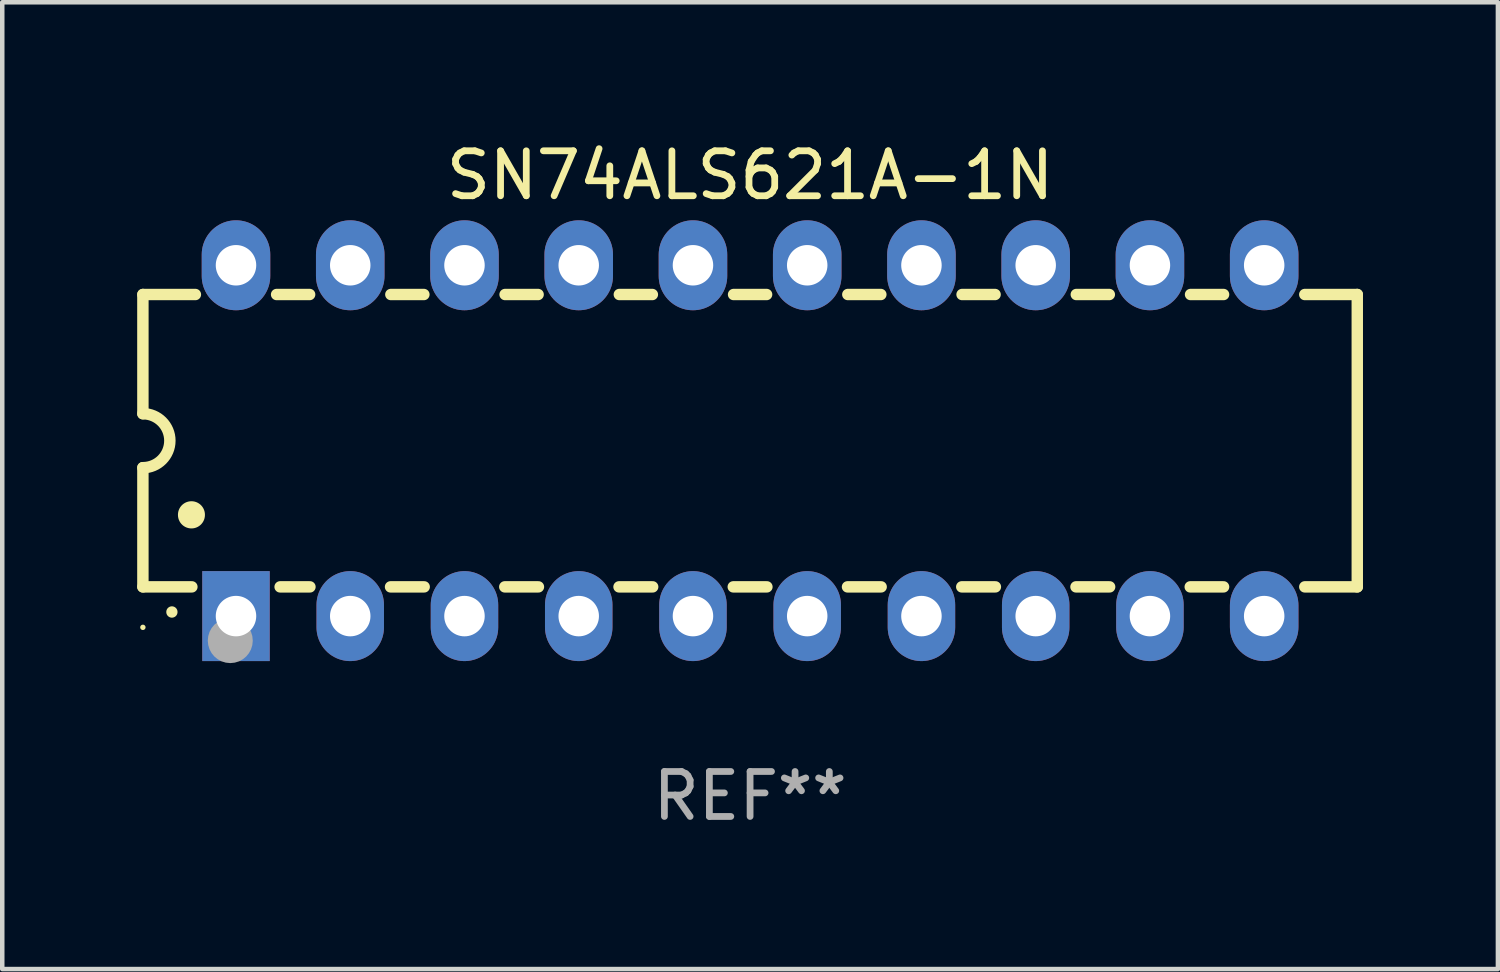
<source format=kicad_pcb>
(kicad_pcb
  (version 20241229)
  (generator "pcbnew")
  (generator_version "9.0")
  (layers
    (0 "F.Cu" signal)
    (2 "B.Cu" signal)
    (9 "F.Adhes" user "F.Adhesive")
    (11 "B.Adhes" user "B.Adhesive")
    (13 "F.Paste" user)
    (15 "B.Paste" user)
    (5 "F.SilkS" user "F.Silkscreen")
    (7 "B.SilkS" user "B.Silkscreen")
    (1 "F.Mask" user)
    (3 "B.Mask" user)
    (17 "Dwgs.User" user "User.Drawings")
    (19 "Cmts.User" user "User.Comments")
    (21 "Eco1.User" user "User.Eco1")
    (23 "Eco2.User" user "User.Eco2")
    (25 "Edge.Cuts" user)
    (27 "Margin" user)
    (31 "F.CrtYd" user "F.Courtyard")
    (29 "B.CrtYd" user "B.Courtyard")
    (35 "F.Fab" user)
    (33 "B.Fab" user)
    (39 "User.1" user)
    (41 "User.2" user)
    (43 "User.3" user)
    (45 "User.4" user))
  (footprint "SN74ALS621A-1N"
    (layer "F.Cu")
    (at 13.627 6.748)
    (property "Reference" "SN74ALS621A-1N" (at 0 -5.9 0) (layer "F.SilkS") (effects (font (size 1 1) (thickness 0.15))))
    (attr through_hole)
    (fp_line (start -13.5 -3.25) (end -12.333 -3.25) (stroke (width 0.254) (type solid)) (layer "F.SilkS"))
    (fp_line (start -13.5 -0.6) (end -13.5 -3.25) (stroke (width 0.254) (type solid)) (layer "F.SilkS"))
    (fp_line (start -13.5 3.25) (end -13.5 0.6) (stroke (width 0.254) (type solid)) (layer "F.SilkS"))
    (fp_line (start -13.5 3.25) (end -12.411 3.25) (stroke (width 0.254) (type solid)) (layer "F.SilkS"))
    (fp_line (start -10.527 -3.25) (end -9.793 -3.25) (stroke (width 0.254) (type solid)) (layer "F.SilkS"))
    (fp_line (start -10.449 3.25) (end -9.786 3.25) (stroke (width 0.254) (type solid)) (layer "F.SilkS"))
    (fp_line (start -7.994 3.25) (end -7.246 3.25) (stroke (width 0.254) (type solid)) (layer "F.SilkS"))
    (fp_line (start -7.987 -3.25) (end -7.253 -3.25) (stroke (width 0.254) (type solid)) (layer "F.SilkS"))
    (fp_line (start -5.454 3.25) (end -4.706 3.25) (stroke (width 0.254) (type solid)) (layer "F.SilkS"))
    (fp_line (start -5.447 -3.25) (end -4.713 -3.25) (stroke (width 0.254) (type solid)) (layer "F.SilkS"))
    (fp_line (start -2.914 3.25) (end -2.166 3.25) (stroke (width 0.254) (type solid)) (layer "F.SilkS"))
    (fp_line (start -2.907 -3.25) (end -2.173 -3.25) (stroke (width 0.254) (type solid)) (layer "F.SilkS"))
    (fp_line (start -0.374 3.25) (end 0.374 3.25) (stroke (width 0.254) (type solid)) (layer "F.SilkS"))
    (fp_line (start -0.367 -3.25) (end 0.367 -3.25) (stroke (width 0.254) (type solid)) (layer "F.SilkS"))
    (fp_line (start 2.166 3.25) (end 2.914 3.25) (stroke (width 0.254) (type solid)) (layer "F.SilkS"))
    (fp_line (start 2.173 -3.25) (end 2.907 -3.25) (stroke (width 0.254) (type solid)) (layer "F.SilkS"))
    (fp_line (start 4.706 3.25) (end 5.454 3.25) (stroke (width 0.254) (type solid)) (layer "F.SilkS"))
    (fp_line (start 4.713 -3.25) (end 5.447 -3.25) (stroke (width 0.254) (type solid)) (layer "F.SilkS"))
    (fp_line (start 7.246 3.25) (end 7.994 3.25) (stroke (width 0.254) (type solid)) (layer "F.SilkS"))
    (fp_line (start 7.253 -3.25) (end 7.987 -3.25) (stroke (width 0.254) (type solid)) (layer "F.SilkS"))
    (fp_line (start 9.786 3.25) (end 10.527 3.25) (stroke (width 0.254) (type solid)) (layer "F.SilkS"))
    (fp_line (start 9.793 -3.25) (end 10.527 -3.25) (stroke (width 0.254) (type solid)) (layer "F.SilkS"))
    (fp_line (start 12.333 -3.25) (end 13.5 -3.25) (stroke (width 0.254) (type solid)) (layer "F.SilkS"))
    (fp_line (start 12.333 3.25) (end 13.5 3.25) (stroke (width 0.254) (type solid)) (layer "F.SilkS"))
    (fp_line (start 13.5 -3.25) (end 13.5 3.25) (stroke (width 0.254) (type solid)) (layer "F.SilkS"))
    (fp_arc (start -13.500127 -0.599442) (mid -12.900406 0.000228) (end -13.500025 0.6) (stroke (width 0.254001) (type solid)) (layer "F.SilkS"))
    (fp_arc (start -12.854966 3.810008) (mid -12.854973 3.808738) (end -12.854966 3.807468) (stroke (width 0.25) (type solid)) (layer "F.SilkS"))
    (fp_arc (start -12.420625 1.651003) (mid -12.420636 1.648463) (end -12.420625 1.645923) (stroke (width 0.6) (type solid)) (layer "F.SilkS"))
    (fp_circle (center -13.5 4.15) (end -13.47 4.15) (stroke (width 0.06) (type solid)) (fill no) (layer "F.SilkS"))
    (fp_circle (center -11.557 4.445) (end -11.307 4.445) (stroke (width 0.5) (type solid)) (fill no) (layer "F.Fab"))
    (fp_text user "REF**" (at 0 7.9 0) (layer "F.Fab") (effects (font (size 1 1) (thickness 0.15))))
    (pad "1" thru_hole rect (at -11.43 3.9 90) (size 2 1.5) (drill 0.9) (layers "*.Cu" "*.Mask"))
    (pad "2" thru_hole oval (at -8.89 3.9 90) (size 2 1.5) (drill 0.9) (layers "*.Cu" "*.Mask"))
    (pad "3" thru_hole oval (at -6.35 3.9 90) (size 2 1.5) (drill 0.9) (layers "*.Cu" "*.Mask"))
    (pad "4" thru_hole oval (at -3.81 3.9 90) (size 2 1.5) (drill 0.9) (layers "*.Cu" "*.Mask"))
    (pad "5" thru_hole oval (at -1.27 3.9 90) (size 2 1.5) (drill 0.9) (layers "*.Cu" "*.Mask"))
    (pad "6" thru_hole oval (at 1.27 3.9 90) (size 2 1.5) (drill 0.9) (layers "*.Cu" "*.Mask"))
    (pad "7" thru_hole oval (at 3.81 3.9 90) (size 2 1.5) (drill 0.9) (layers "*.Cu" "*.Mask"))
    (pad "8" thru_hole oval (at 6.35 3.9 90) (size 2 1.5) (drill 0.9) (layers "*.Cu" "*.Mask"))
    (pad "9" thru_hole oval (at 8.89 3.9 90) (size 2 1.5) (drill 0.9) (layers "*.Cu" "*.Mask"))
    (pad "10" thru_hole oval (at 11.43 3.9 90) (size 2 1.524) (drill 0.9) (layers "*.Cu" "*.Mask"))
    (pad "11" thru_hole oval (at 11.43 -3.9 90) (size 2 1.524) (drill 0.9) (layers "*.Cu" "*.Mask"))
    (pad "12" thru_hole oval (at 8.89 -3.9 90) (size 2 1.524) (drill 0.9) (layers "*.Cu" "*.Mask"))
    (pad "13" thru_hole oval (at 6.35 -3.9 90) (size 2 1.524) (drill 0.9) (layers "*.Cu" "*.Mask"))
    (pad "14" thru_hole oval (at 3.81 -3.9 90) (size 2 1.524) (drill 0.9) (layers "*.Cu" "*.Mask"))
    (pad "15" thru_hole oval (at 1.27 -3.9 90) (size 2 1.524) (drill 0.9) (layers "*.Cu" "*.Mask"))
    (pad "16" thru_hole oval (at -1.27 -3.9 90) (size 2 1.524) (drill 0.9) (layers "*.Cu" "*.Mask"))
    (pad "17" thru_hole oval (at -3.81 -3.9 90) (size 2 1.524) (drill 0.9) (layers "*.Cu" "*.Mask"))
    (pad "18" thru_hole oval (at -6.35 -3.9 90) (size 2 1.524) (drill 0.9) (layers "*.Cu" "*.Mask"))
    (pad "19" thru_hole oval (at -8.89 -3.9 90) (size 2 1.524) (drill 0.9) (layers "*.Cu" "*.Mask"))
    (pad "20" thru_hole oval (at -11.43 -3.9 90) (size 2 1.524) (drill 0.9) (layers "*.Cu" "*.Mask")))
  (gr_rect
    (start -3 -3)
    (end 30.254 18.496)
    (stroke (width 0.1) (type default))
    (fill no)
    (layer "Edge.Cuts")))
</source>
